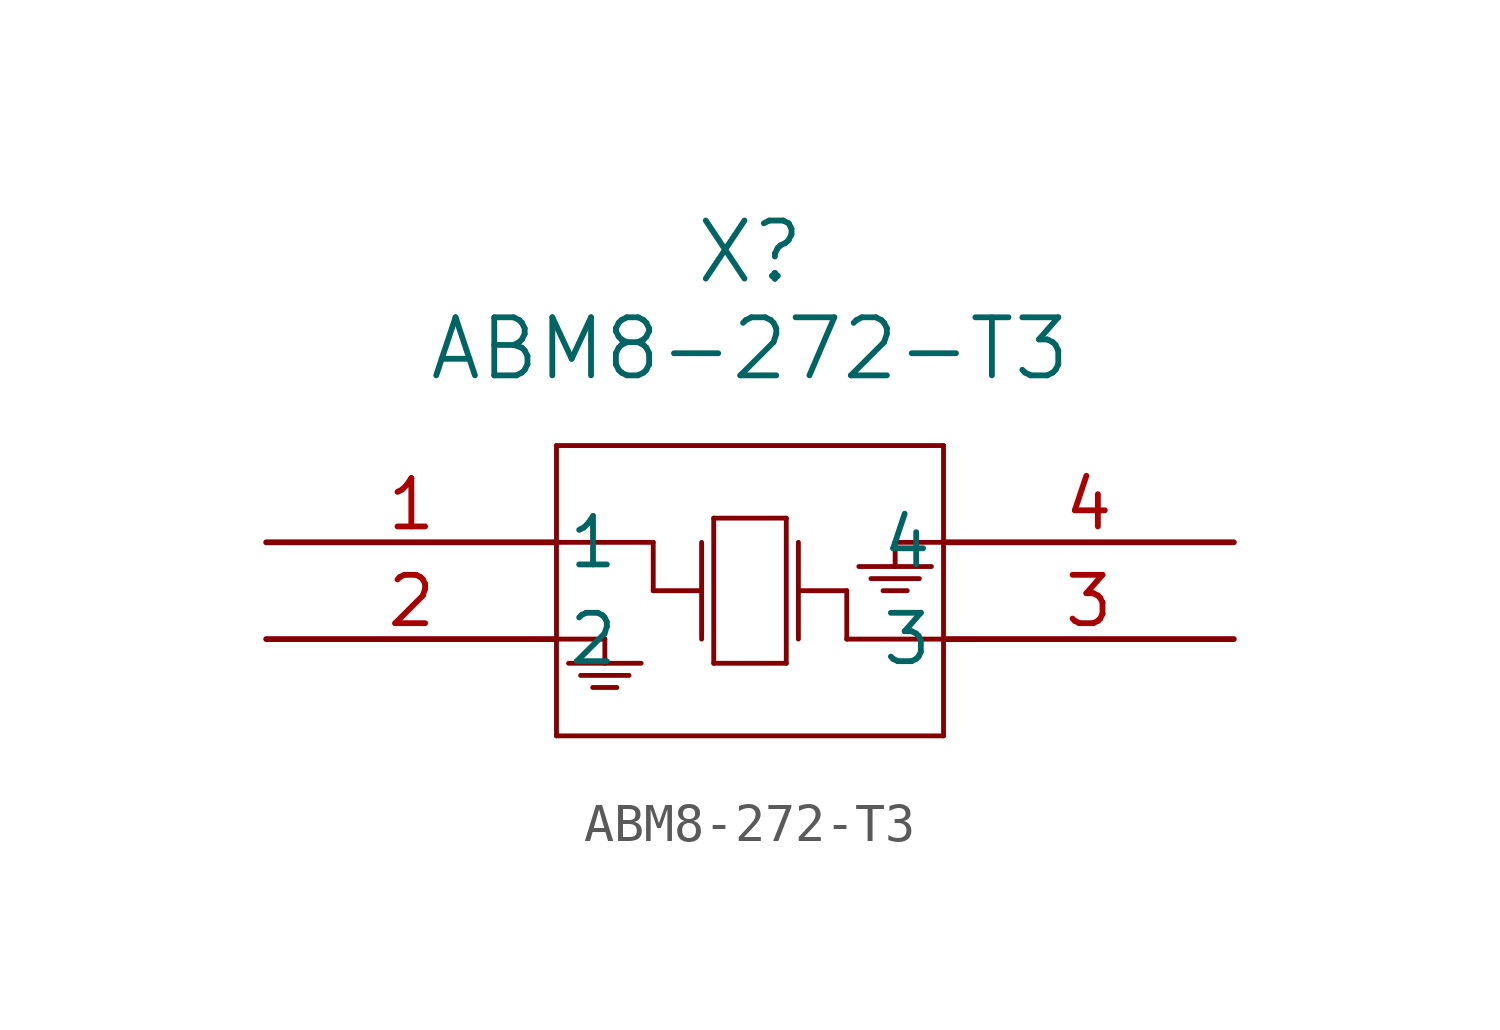
<source format=kicad_sym>
(kicad_symbol_lib
  (version 20211014)
  (generator kicad_symbol_editor)
  (symbol "ABM8-272-T3"
    (pin_names
      (offset 0.254))
    (property "Reference" "X"
      (at 12.7 7.62 0)
      (effects (font (size 1.524 1.524))))
    (property "Value" "ABM8-272-T3"
      (at 12.7 5.08 0)
      (effects (font (size 1.524 1.524))))
    (symbol "ABM8-272-T3_0_1"
      (polyline (pts (xy 7.62 2.54) (xy 7.62 -5.08)) (stroke (width 0.127) (type default) (color 0 0 0 0)) (fill (type none)))
      (polyline (pts (xy 7.62 -5.08) (xy 17.78 -5.08)) (stroke (width 0.127) (type default) (color 0 0 0 0)) (fill (type none)))
      (polyline (pts (xy 17.78 -5.08) (xy 17.78 2.54)) (stroke (width 0.127) (type default) (color 0 0 0 0)) (fill (type none)))
      (polyline (pts (xy 17.78 2.54) (xy 7.62 2.54)) (stroke (width 0.127) (type default) (color 0 0 0 0)) (fill (type none)))
      (polyline (pts (xy 11.43 0) (xy 11.43 -2.54)) (stroke (width 0.127) (type default) (color 0 0 0 0)) (fill (type none)))
      (polyline (pts (xy 11.43 -1.27) (xy 10.16 -1.27)) (stroke (width 0.127) (type default) (color 0 0 0 0)) (fill (type none)))
      (polyline (pts (xy 10.16 -1.27) (xy 10.16 0)) (stroke (width 0.127) (type default) (color 0 0 0 0)) (fill (type none)))
      (polyline (pts (xy 10.16 0) (xy 7.62 0)) (stroke (width 0.127) (type default) (color 0 0 0 0)) (fill (type none)))
      (polyline (pts (xy 13.97 0) (xy 13.97 -2.54)) (stroke (width 0.127) (type default) (color 0 0 0 0)) (fill (type none)))
      (polyline (pts (xy 13.97 -1.27) (xy 15.24 -1.27)) (stroke (width 0.127) (type default) (color 0 0 0 0)) (fill (type none)))
      (polyline (pts (xy 15.24 -1.27) (xy 15.24 -2.54)) (stroke (width 0.127) (type default) (color 0 0 0 0)) (fill (type none)))
      (polyline (pts (xy 15.24 -2.54) (xy 17.78 -2.54)) (stroke (width 0.127) (type default) (color 0 0 0 0)) (fill (type none)))
      (polyline (pts (xy 11.748 0.635) (xy 11.748 -3.175)) (stroke (width 0.127) (type default) (color 0 0 0 0)) (fill (type none)))
      (polyline (pts (xy 11.748 -3.175) (xy 13.652 -3.175)) (stroke (width 0.127) (type default) (color 0 0 0 0)) (fill (type none)))
      (polyline (pts (xy 13.652 -3.175) (xy 13.652 0.635)) (stroke (width 0.127) (type default) (color 0 0 0 0)) (fill (type none)))
      (polyline (pts (xy 13.652 0.635) (xy 11.748 0.635)) (stroke (width 0.127) (type default) (color 0 0 0 0)) (fill (type none)))
      (polyline (pts (xy 7.62 -2.54) (xy 8.89 -2.54)) (stroke (width 0.127) (type default) (color 0 0 0 0)) (fill (type none)))
      (polyline (pts (xy 8.89 -2.54) (xy 8.89 -3.175)) (stroke (width 0.127) (type default) (color 0 0 0 0)) (fill (type none)))
      (polyline (pts (xy 8.572 -3.81) (xy 9.207 -3.81)) (stroke (width 0.127) (type default) (color 0 0 0 0)) (fill (type none)))
      (polyline (pts (xy 8.255 -3.493) (xy 9.525 -3.493)) (stroke (width 0.127) (type default) (color 0 0 0 0)) (fill (type none)))
      (polyline (pts (xy 7.938 -3.175) (xy 9.842 -3.175)) (stroke (width 0.127) (type default) (color 0 0 0 0)) (fill (type none)))
      (polyline (pts (xy 17.78 0) (xy 16.51 0)) (stroke (width 0.127) (type default) (color 0 0 0 0)) (fill (type none)))
      (polyline (pts (xy 16.51 0) (xy 16.51 -0.635)) (stroke (width 0.127) (type default) (color 0 0 0 0)) (fill (type none)))
      (polyline (pts (xy 16.828 -1.27) (xy 16.192 -1.27)) (stroke (width 0.127) (type default) (color 0 0 0 0)) (fill (type none)))
      (polyline (pts (xy 17.145 -0.953) (xy 15.875 -0.953)) (stroke (width 0.127) (type default) (color 0 0 0 0)) (fill (type none)))
      (polyline (pts (xy 17.462 -0.635) (xy 15.557 -0.635)) (stroke (width 0.127) (type default) (color 0 0 0 0)) (fill (type none)))
      (pin unspecified line (at 0 0 0) (length 7.62) (name "1" (effects (font (size 1.27 1.27)))) (number "1" (effects (font (size 1.27 1.27)))))
      (pin unspecified line (at 0 -2.54 0) (length 7.62) (name "2" (effects (font (size 1.27 1.27)))) (number "2" (effects (font (size 1.27 1.27)))))
      (pin unspecified line (at 25.4 -2.54 180) (length 7.62) (name "3" (effects (font (size 1.27 1.27)))) (number "3" (effects (font (size 1.27 1.27)))))
      (pin unspecified line (at 25.4 0 180) (length 7.62) (name "4" (effects (font (size 1.27 1.27)))) (number "4" (effects (font (size 1.27 1.27))))))))
</source>
